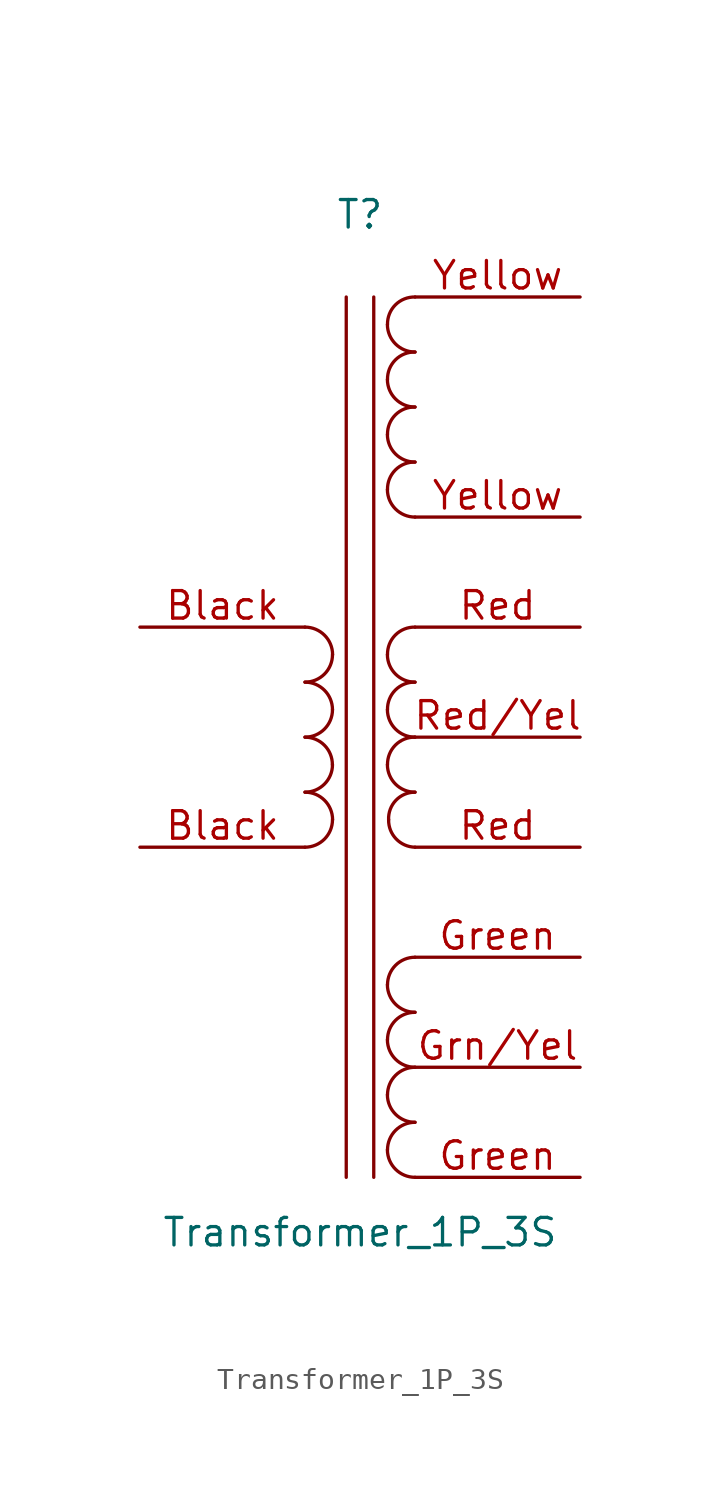
<source format=kicad_sym>
(kicad_symbol_lib
  (version 20211014)
  (generator kicad_symbol_editor)
  (symbol "Transformer_1P_3S"
    (pin_names
      (offset 1.016) hide)
    (property "Reference" "T"
      (at 0 24.13 0)
      (effects (font (size 1.27 1.27))))
    (property "Value" "Transformer_1P_3S"
      (at 0 -22.86 0)
      (effects (font (size 1.27 1.27))))
    (symbol "Transformer_1P_3S_0_1"
      (arc (start -2.54 -5.08) (mid -1.6422 -4.7078) (end -1.27 -3.81) (stroke (width 0) (type default) (color 0 0 0 0)) (fill (type none)))
      (arc (start -2.54 -2.54) (mid -1.6426 -2.1674) (end -1.27 -1.27) (stroke (width 0) (type default) (color 0 0 0 0)) (fill (type none)))
      (arc (start -2.54 0) (mid -1.6422 0.3722) (end -1.27 1.27) (stroke (width 0) (type default) (color 0 0 0 0)) (fill (type none)))
      (arc (start -2.54 2.54) (mid -1.6417 2.9117) (end -1.27 3.81) (stroke (width 0) (type default) (color 0 0 0 0)) (fill (type none)))
      (arc (start -1.27 -3.81) (mid -1.642 -2.912) (end -2.54 -2.54) (stroke (width 0) (type default) (color 0 0 0 0)) (fill (type none)))
      (arc (start -1.27 -1.27) (mid -1.641 -0.371) (end -2.54 0) (stroke (width 0) (type default) (color 0 0 0 0)) (fill (type none)))
      (arc (start -1.27 1.27) (mid -1.6426 2.1674) (end -2.54 2.54) (stroke (width 0) (type default) (color 0 0 0 0)) (fill (type none)))
      (arc (start -1.27 3.81) (mid -1.6418 4.7082) (end -2.54 5.08) (stroke (width 0) (type default) (color 0 0 0 0)) (fill (type none)))
      (polyline (pts (xy -0.635 20.32) (xy -0.635 -20.32)) (stroke (width 0) (type default) (color 0 0 0 0)) (fill (type none)))
      (polyline (pts (xy 0.635 -20.32) (xy 0.635 20.32)) (stroke (width 0) (type default) (color 0 0 0 0)) (fill (type none)))
      (arc (start 1.27 -19.05) (mid 1.6425 -19.9475) (end 2.54 -20.32) (stroke (width 0) (type default) (color 0 0 0 0)) (fill (type none)))
      (arc (start 1.27 -16.51) (mid 1.6424 -17.4076) (end 2.54 -17.78) (stroke (width 0) (type default) (color 0 0 0 0)) (fill (type none)))
      (arc (start 1.27 -13.97) (mid 1.6425 -14.8675) (end 2.54 -15.24) (stroke (width 0) (type default) (color 0 0 0 0)) (fill (type none)))
      (arc (start 1.27 -11.43) (mid 1.6425 -12.3275) (end 2.54 -12.7) (stroke (width 0) (type default) (color 0 0 0 0)) (fill (type none)))
      (arc (start 1.27 -1.27) (mid 1.6423 -2.1677) (end 2.54 -2.54) (stroke (width 0) (type default) (color 0 0 0 0)) (fill (type none)))
      (arc (start 1.27 1.27) (mid 1.6425 0.3725) (end 2.54 0) (stroke (width 0) (type default) (color 0 0 0 0)) (fill (type none)))
      (arc (start 1.27 3.81) (mid 1.6427 2.9127) (end 2.54 2.54) (stroke (width 0) (type default) (color 0 0 0 0)) (fill (type none)))
      (arc (start 1.27 11.43) (mid 1.643 10.533) (end 2.54 10.16) (stroke (width 0) (type default) (color 0 0 0 0)) (fill (type none)))
      (arc (start 1.27 13.97) (mid 1.6424 13.0724) (end 2.54 12.7) (stroke (width 0) (type default) (color 0 0 0 0)) (fill (type none)))
      (arc (start 1.27 16.51) (mid 1.6424 15.6124) (end 2.54 15.24) (stroke (width 0) (type default) (color 0 0 0 0)) (fill (type none)))
      (arc (start 1.27 19.05) (mid 1.6426 18.1526) (end 2.54 17.78) (stroke (width 0) (type default) (color 0 0 0 0)) (fill (type none)))
      (arc (start 1.3208 -3.81) (mid 1.6674 -4.6975) (end 2.54 -5.08) (stroke (width 0) (type default) (color 0 0 0 0)) (fill (type none)))
      (arc (start 2.54 -17.78) (mid 1.6417 -18.1517) (end 1.27 -19.05) (stroke (width 0) (type default) (color 0 0 0 0)) (fill (type none)))
      (arc (start 2.54 -15.24) (mid 1.6413 -15.6113) (end 1.27 -16.51) (stroke (width 0) (type default) (color 0 0 0 0)) (fill (type none)))
      (arc (start 2.54 -12.7) (mid 1.6399 -13.0699) (end 1.27 -13.97) (stroke (width 0) (type default) (color 0 0 0 0)) (fill (type none)))
      (arc (start 2.54 -10.16) (mid 1.6413 -10.5313) (end 1.27 -11.43) (stroke (width 0) (type default) (color 0 0 0 0)) (fill (type none)))
      (arc (start 2.54 -2.54) (mid 1.6585 -2.914) (end 1.3208 -3.81) (stroke (width 0) (type default) (color 0 0 0 0)) (fill (type none)))
      (arc (start 2.54 0) (mid 1.6352 -0.3652) (end 1.27 -1.27) (stroke (width 0) (type default) (color 0 0 0 0)) (fill (type none)))
      (arc (start 2.54 2.54) (mid 1.6333 2.1767) (end 1.27 1.27) (stroke (width 0) (type default) (color 0 0 0 0)) (fill (type none)))
      (arc (start 2.54 5.08) (mid 1.6333 4.7167) (end 1.27 3.81) (stroke (width 0) (type default) (color 0 0 0 0)) (fill (type none)))
      (arc (start 2.54 12.7) (mid 1.6337 12.3363) (end 1.27 11.43) (stroke (width 0) (type default) (color 0 0 0 0)) (fill (type none)))
      (arc (start 2.54 15.24) (mid 1.6331 14.8769) (end 1.27 13.97) (stroke (width 0) (type default) (color 0 0 0 0)) (fill (type none)))
      (arc (start 2.54 17.78) (mid 1.6334 17.4166) (end 1.27 16.51) (stroke (width 0) (type default) (color 0 0 0 0)) (fill (type none)))
      (arc (start 2.54 20.32) (mid 1.6332 19.9568) (end 1.27 19.05) (stroke (width 0) (type default) (color 0 0 0 0)) (fill (type none))))
    (symbol "Transformer_1P_3S_1_1"
      (pin passive line (at -10.16 5.08 0) (length 7.62) (name "AA" (effects (font (size 1.27 1.27)))) (number "Black" (effects (font (size 1.27 1.27)))))
      (pin passive line (at -10.16 -5.08 0) (length 7.62) (name "AB" (effects (font (size 1.27 1.27)))) (number "Black" (effects (font (size 1.27 1.27)))))
      (pin passive line (at 10.16 -10.16 180) (length 7.62) (name "OUT3A" (effects (font (size 1.27 1.27)))) (number "Green" (effects (font (size 1.27 1.27)))))
      (pin passive line (at 10.16 -20.32 180) (length 7.62) (name "OUT3B" (effects (font (size 1.27 1.27)))) (number "Green" (effects (font (size 1.27 1.27)))))
      (pin passive line (at 10.16 -15.24 180) (length 7.62) (name "OUT3C" (effects (font (size 1.27 1.27)))) (number "Grn/Yel" (effects (font (size 1.27 1.27)))))
      (pin passive line (at 10.16 5.08 180) (length 7.62) (name "OUT1A" (effects (font (size 1.27 1.27)))) (number "Red" (effects (font (size 1.27 1.27)))))
      (pin passive line (at 10.16 -5.08 180) (length 7.62) (name "OUT1B" (effects (font (size 1.27 1.27)))) (number "Red" (effects (font (size 1.27 1.27)))))
      (pin passive line (at 10.16 0 180) (length 7.62) (name "OUT1C" (effects (font (size 1.27 1.27)))) (number "Red/Yel" (effects (font (size 1.27 1.27)))))
      (pin passive line (at 10.16 20.32 180) (length 7.62) (name "OUT2A" (effects (font (size 1.27 1.27)))) (number "Yellow" (effects (font (size 1.27 1.27)))))
      (pin passive line (at 10.16 10.16 180) (length 7.62) (name "OUT2B" (effects (font (size 1.27 1.27)))) (number "Yellow" (effects (font (size 1.27 1.27))))))))
</source>
